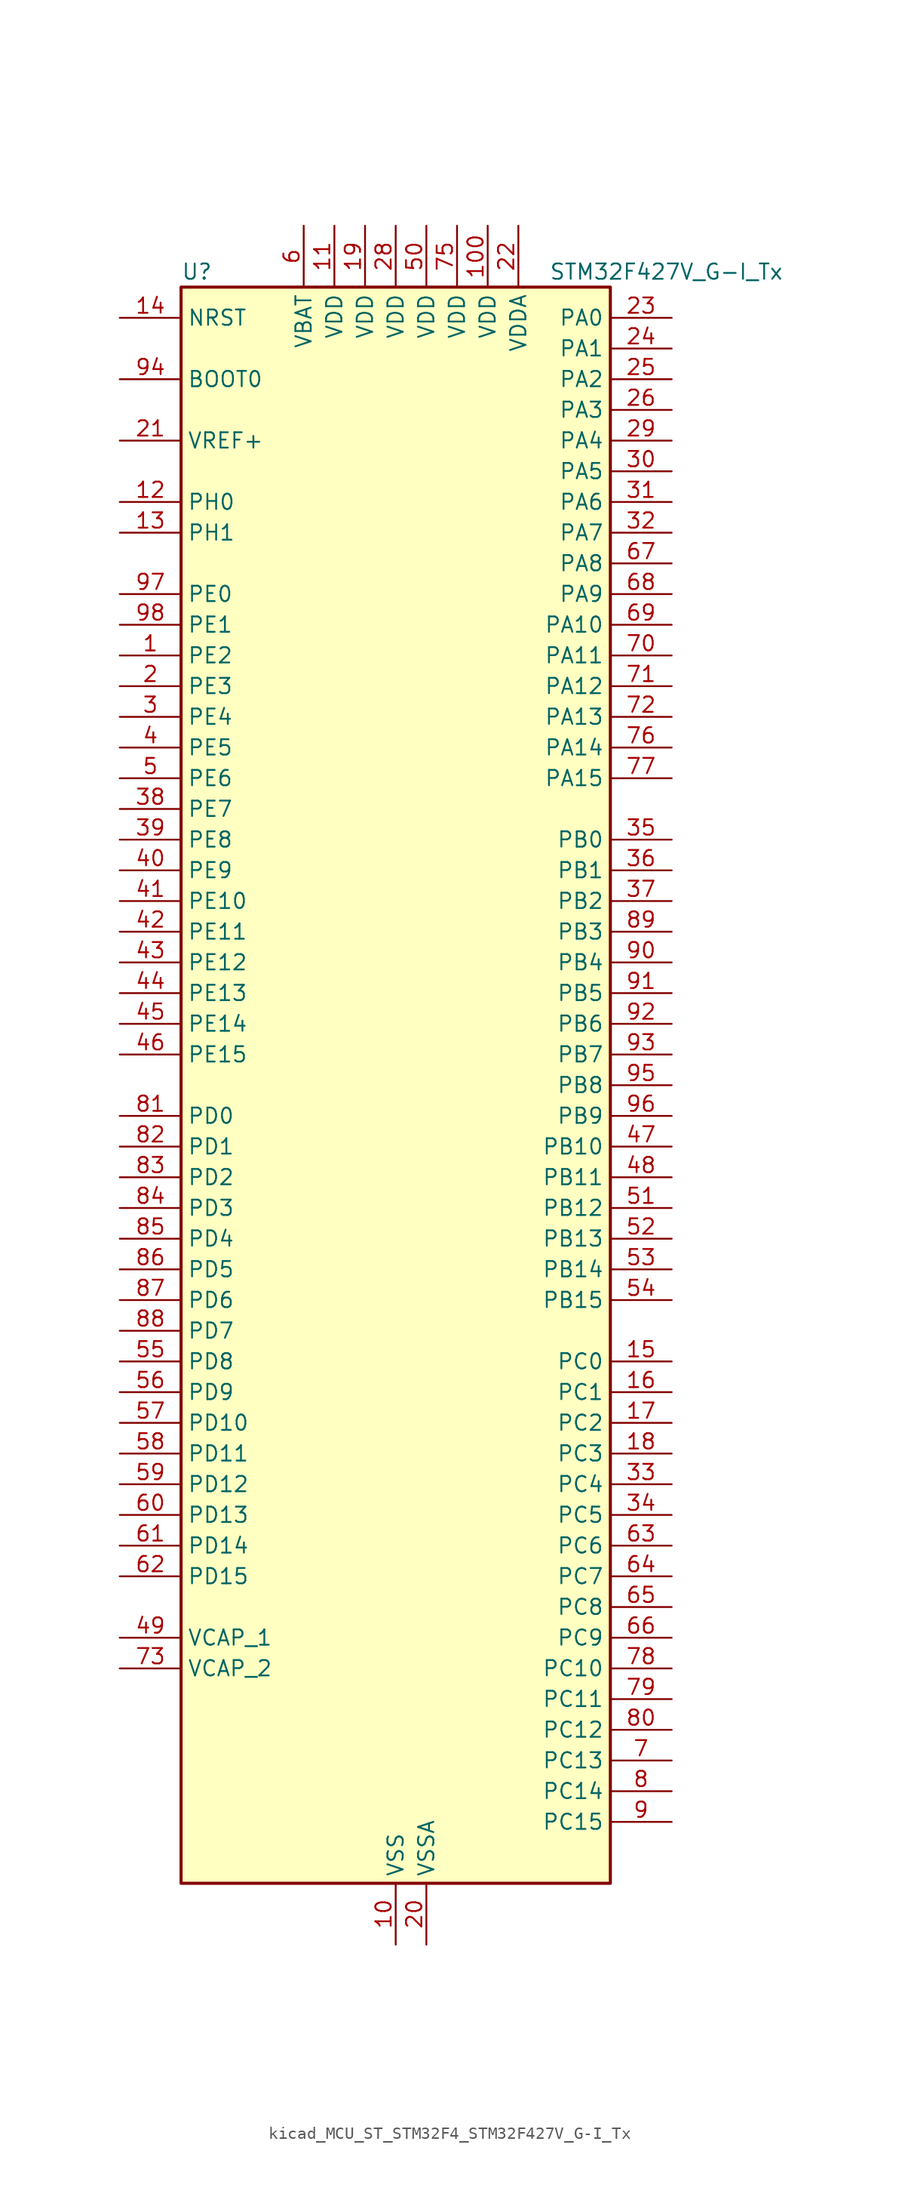
<source format=kicad_sym>
(kicad_symbol_lib
  (version 20220914)
  (generator kicad_symbol_editor)
  (symbol "kicad_MCU_ST_STM32F4_STM32F427V_G-I_Tx"
    (property "Reference" "U"
      (at -17.78 67.31 0)
      (effects (font (size 1.27 1.27)) (justify left)))
    (property "Value" "STM32F427V_G-I_Tx"
      (at 12.7 67.31 0)
      (effects (font (size 1.27 1.27)) (justify left)))
    (property "ki_locked" ""
      (at 0 0 0)
      (effects (font (size 1.27 1.27))))
    (symbol "kicad_MCU_ST_STM32F4_STM32F427V_G-I_Tx_0_1"
      (rectangle (start -17.78 -66.04) (end 17.78 66.04) (stroke (width 0.254) (type default)) (fill (type background))))
    (symbol "kicad_MCU_ST_STM32F4_STM32F427V_G-I_Tx_1_1"
      (pin bidirectional line (at -22.86 35.56 0) (length 5.08) (name "PE2" (effects (font (size 1.27 1.27)))) (number "1" (effects (font (size 1.27 1.27)))) (alternate "ETH_TXD3" bidirectional line) (alternate "FMC_A23" bidirectional line) (alternate "SAI1_MCLK_A" bidirectional line) (alternate "SPI4_SCK" bidirectional line) (alternate "SYS_TRACECLK" bidirectional line))
      (pin power_in line (at 0 -71.12 90) (length 5.08) (name "VSS" (effects (font (size 1.27 1.27)))) (number "10" (effects (font (size 1.27 1.27)))))
      (pin power_in line (at 7.62 71.12 270) (length 5.08) (name "VDD" (effects (font (size 1.27 1.27)))) (number "100" (effects (font (size 1.27 1.27)))))
      (pin power_in line (at -5.08 71.12 270) (length 5.08) (name "VDD" (effects (font (size 1.27 1.27)))) (number "11" (effects (font (size 1.27 1.27)))))
      (pin bidirectional line (at -22.86 48.26 0) (length 5.08) (name "PH0" (effects (font (size 1.27 1.27)))) (number "12" (effects (font (size 1.27 1.27)))) (alternate "RCC_OSC_IN" bidirectional line))
      (pin bidirectional line (at -22.86 45.72 0) (length 5.08) (name "PH1" (effects (font (size 1.27 1.27)))) (number "13" (effects (font (size 1.27 1.27)))) (alternate "RCC_OSC_OUT" bidirectional line))
      (pin input line (at -22.86 63.5 0) (length 5.08) (name "NRST" (effects (font (size 1.27 1.27)))) (number "14" (effects (font (size 1.27 1.27)))))
      (pin bidirectional line (at 22.86 -22.86 180) (length 5.08) (name "PC0" (effects (font (size 1.27 1.27)))) (number "15" (effects (font (size 1.27 1.27)))) (alternate "ADC1_IN10" bidirectional line) (alternate "ADC2_IN10" bidirectional line) (alternate "ADC3_IN10" bidirectional line) (alternate "FMC_SDNWE" bidirectional line) (alternate "USB_OTG_HS_ULPI_STP" bidirectional line))
      (pin bidirectional line (at 22.86 -25.4 180) (length 5.08) (name "PC1" (effects (font (size 1.27 1.27)))) (number "16" (effects (font (size 1.27 1.27)))) (alternate "ADC1_IN11" bidirectional line) (alternate "ADC2_IN11" bidirectional line) (alternate "ADC3_IN11" bidirectional line) (alternate "ETH_MDC" bidirectional line))
      (pin bidirectional line (at 22.86 -27.94 180) (length 5.08) (name "PC2" (effects (font (size 1.27 1.27)))) (number "17" (effects (font (size 1.27 1.27)))) (alternate "ADC1_IN12" bidirectional line) (alternate "ADC2_IN12" bidirectional line) (alternate "ADC3_IN12" bidirectional line) (alternate "ETH_TXD2" bidirectional line) (alternate "FMC_SDNE0" bidirectional line) (alternate "I2S2_ext_SD" bidirectional line) (alternate "SPI2_MISO" bidirectional line) (alternate "USB_OTG_HS_ULPI_DIR" bidirectional line))
      (pin bidirectional line (at 22.86 -30.48 180) (length 5.08) (name "PC3" (effects (font (size 1.27 1.27)))) (number "18" (effects (font (size 1.27 1.27)))) (alternate "ADC1_IN13" bidirectional line) (alternate "ADC2_IN13" bidirectional line) (alternate "ADC3_IN13" bidirectional line) (alternate "ETH_TX_CLK" bidirectional line) (alternate "FMC_SDCKE0" bidirectional line) (alternate "I2S2_SD" bidirectional line) (alternate "SPI2_MOSI" bidirectional line) (alternate "USB_OTG_HS_ULPI_NXT" bidirectional line))
      (pin power_in line (at -2.54 71.12 270) (length 5.08) (name "VDD" (effects (font (size 1.27 1.27)))) (number "19" (effects (font (size 1.27 1.27)))))
      (pin bidirectional line (at -22.86 33.02 0) (length 5.08) (name "PE3" (effects (font (size 1.27 1.27)))) (number "2" (effects (font (size 1.27 1.27)))) (alternate "FMC_A19" bidirectional line) (alternate "SAI1_SD_B" bidirectional line) (alternate "SYS_TRACED0" bidirectional line))
      (pin power_in line (at 2.54 -71.12 90) (length 5.08) (name "VSSA" (effects (font (size 1.27 1.27)))) (number "20" (effects (font (size 1.27 1.27)))))
      (pin input line (at -22.86 53.34 0) (length 5.08) (name "VREF+" (effects (font (size 1.27 1.27)))) (number "21" (effects (font (size 1.27 1.27)))))
      (pin power_in line (at 10.16 71.12 270) (length 5.08) (name "VDDA" (effects (font (size 1.27 1.27)))) (number "22" (effects (font (size 1.27 1.27)))))
      (pin bidirectional line (at 22.86 63.5 180) (length 5.08) (name "PA0" (effects (font (size 1.27 1.27)))) (number "23" (effects (font (size 1.27 1.27)))) (alternate "ADC1_IN0" bidirectional line) (alternate "ADC2_IN0" bidirectional line) (alternate "ADC3_IN0" bidirectional line) (alternate "ETH_CRS" bidirectional line) (alternate "SYS_WKUP" bidirectional line) (alternate "TIM2_CH1" bidirectional line) (alternate "TIM2_ETR" bidirectional line) (alternate "TIM5_CH1" bidirectional line) (alternate "TIM8_ETR" bidirectional line) (alternate "UART4_TX" bidirectional line) (alternate "USART2_CTS" bidirectional line))
      (pin bidirectional line (at 22.86 60.96 180) (length 5.08) (name "PA1" (effects (font (size 1.27 1.27)))) (number "24" (effects (font (size 1.27 1.27)))) (alternate "ADC1_IN1" bidirectional line) (alternate "ADC2_IN1" bidirectional line) (alternate "ADC3_IN1" bidirectional line) (alternate "ETH_REF_CLK" bidirectional line) (alternate "ETH_RX_CLK" bidirectional line) (alternate "TIM2_CH2" bidirectional line) (alternate "TIM5_CH2" bidirectional line) (alternate "UART4_RX" bidirectional line) (alternate "USART2_RTS" bidirectional line))
      (pin bidirectional line (at 22.86 58.42 180) (length 5.08) (name "PA2" (effects (font (size 1.27 1.27)))) (number "25" (effects (font (size 1.27 1.27)))) (alternate "ADC1_IN2" bidirectional line) (alternate "ADC2_IN2" bidirectional line) (alternate "ADC3_IN2" bidirectional line) (alternate "ETH_MDIO" bidirectional line) (alternate "TIM2_CH3" bidirectional line) (alternate "TIM5_CH3" bidirectional line) (alternate "TIM9_CH1" bidirectional line) (alternate "USART2_TX" bidirectional line))
      (pin bidirectional line (at 22.86 55.88 180) (length 5.08) (name "PA3" (effects (font (size 1.27 1.27)))) (number "26" (effects (font (size 1.27 1.27)))) (alternate "ADC1_IN3" bidirectional line) (alternate "ADC2_IN3" bidirectional line) (alternate "ADC3_IN3" bidirectional line) (alternate "ETH_COL" bidirectional line) (alternate "TIM2_CH4" bidirectional line) (alternate "TIM5_CH4" bidirectional line) (alternate "TIM9_CH2" bidirectional line) (alternate "USART2_RX" bidirectional line) (alternate "USB_OTG_HS_ULPI_D0" bidirectional line))
      (pin passive line (at 0 -71.12 90) (length 5.08) hide (name "VSS" (effects (font (size 1.27 1.27)))) (number "27" (effects (font (size 1.27 1.27)))))
      (pin power_in line (at 0 71.12 270) (length 5.08) (name "VDD" (effects (font (size 1.27 1.27)))) (number "28" (effects (font (size 1.27 1.27)))))
      (pin bidirectional line (at 22.86 53.34 180) (length 5.08) (name "PA4" (effects (font (size 1.27 1.27)))) (number "29" (effects (font (size 1.27 1.27)))) (alternate "ADC1_IN4" bidirectional line) (alternate "ADC2_IN4" bidirectional line) (alternate "DAC_OUT1" bidirectional line) (alternate "DCMI_HSYNC" bidirectional line) (alternate "I2S3_WS" bidirectional line) (alternate "SPI1_NSS" bidirectional line) (alternate "SPI3_NSS" bidirectional line) (alternate "USART2_CK" bidirectional line) (alternate "USB_OTG_HS_SOF" bidirectional line))
      (pin bidirectional line (at -22.86 30.48 0) (length 5.08) (name "PE4" (effects (font (size 1.27 1.27)))) (number "3" (effects (font (size 1.27 1.27)))) (alternate "DCMI_D4" bidirectional line) (alternate "FMC_A20" bidirectional line) (alternate "SAI1_FS_A" bidirectional line) (alternate "SPI4_NSS" bidirectional line) (alternate "SYS_TRACED1" bidirectional line))
      (pin bidirectional line (at 22.86 50.8 180) (length 5.08) (name "PA5" (effects (font (size 1.27 1.27)))) (number "30" (effects (font (size 1.27 1.27)))) (alternate "ADC1_IN5" bidirectional line) (alternate "ADC2_IN5" bidirectional line) (alternate "DAC_OUT2" bidirectional line) (alternate "SPI1_SCK" bidirectional line) (alternate "TIM2_CH1" bidirectional line) (alternate "TIM2_ETR" bidirectional line) (alternate "TIM8_CH1N" bidirectional line) (alternate "USB_OTG_HS_ULPI_CK" bidirectional line))
      (pin bidirectional line (at 22.86 48.26 180) (length 5.08) (name "PA6" (effects (font (size 1.27 1.27)))) (number "31" (effects (font (size 1.27 1.27)))) (alternate "ADC1_IN6" bidirectional line) (alternate "ADC2_IN6" bidirectional line) (alternate "DCMI_PIXCLK" bidirectional line) (alternate "SPI1_MISO" bidirectional line) (alternate "TIM13_CH1" bidirectional line) (alternate "TIM1_BKIN" bidirectional line) (alternate "TIM3_CH1" bidirectional line) (alternate "TIM8_BKIN" bidirectional line))
      (pin bidirectional line (at 22.86 45.72 180) (length 5.08) (name "PA7" (effects (font (size 1.27 1.27)))) (number "32" (effects (font (size 1.27 1.27)))) (alternate "ADC1_IN7" bidirectional line) (alternate "ADC2_IN7" bidirectional line) (alternate "ETH_CRS_DV" bidirectional line) (alternate "ETH_RX_DV" bidirectional line) (alternate "SPI1_MOSI" bidirectional line) (alternate "TIM14_CH1" bidirectional line) (alternate "TIM1_CH1N" bidirectional line) (alternate "TIM3_CH2" bidirectional line) (alternate "TIM8_CH1N" bidirectional line))
      (pin bidirectional line (at 22.86 -33.02 180) (length 5.08) (name "PC4" (effects (font (size 1.27 1.27)))) (number "33" (effects (font (size 1.27 1.27)))) (alternate "ADC1_IN14" bidirectional line) (alternate "ADC2_IN14" bidirectional line) (alternate "ETH_RXD0" bidirectional line))
      (pin bidirectional line (at 22.86 -35.56 180) (length 5.08) (name "PC5" (effects (font (size 1.27 1.27)))) (number "34" (effects (font (size 1.27 1.27)))) (alternate "ADC1_IN15" bidirectional line) (alternate "ADC2_IN15" bidirectional line) (alternate "ETH_RXD1" bidirectional line))
      (pin bidirectional line (at 22.86 20.32 180) (length 5.08) (name "PB0" (effects (font (size 1.27 1.27)))) (number "35" (effects (font (size 1.27 1.27)))) (alternate "ADC1_IN8" bidirectional line) (alternate "ADC2_IN8" bidirectional line) (alternate "ETH_RXD2" bidirectional line) (alternate "TIM1_CH2N" bidirectional line) (alternate "TIM3_CH3" bidirectional line) (alternate "TIM8_CH2N" bidirectional line) (alternate "USB_OTG_HS_ULPI_D1" bidirectional line))
      (pin bidirectional line (at 22.86 17.78 180) (length 5.08) (name "PB1" (effects (font (size 1.27 1.27)))) (number "36" (effects (font (size 1.27 1.27)))) (alternate "ADC1_IN9" bidirectional line) (alternate "ADC2_IN9" bidirectional line) (alternate "ETH_RXD3" bidirectional line) (alternate "TIM1_CH3N" bidirectional line) (alternate "TIM3_CH4" bidirectional line) (alternate "TIM8_CH3N" bidirectional line) (alternate "USB_OTG_HS_ULPI_D2" bidirectional line))
      (pin bidirectional line (at 22.86 15.24 180) (length 5.08) (name "PB2" (effects (font (size 1.27 1.27)))) (number "37" (effects (font (size 1.27 1.27)))))
      (pin bidirectional line (at -22.86 22.86 0) (length 5.08) (name "PE7" (effects (font (size 1.27 1.27)))) (number "38" (effects (font (size 1.27 1.27)))) (alternate "FMC_D4" bidirectional line) (alternate "FMC_DA4" bidirectional line) (alternate "TIM1_ETR" bidirectional line) (alternate "UART7_RX" bidirectional line))
      (pin bidirectional line (at -22.86 20.32 0) (length 5.08) (name "PE8" (effects (font (size 1.27 1.27)))) (number "39" (effects (font (size 1.27 1.27)))) (alternate "FMC_D5" bidirectional line) (alternate "FMC_DA5" bidirectional line) (alternate "TIM1_CH1N" bidirectional line) (alternate "UART7_TX" bidirectional line))
      (pin bidirectional line (at -22.86 27.94 0) (length 5.08) (name "PE5" (effects (font (size 1.27 1.27)))) (number "4" (effects (font (size 1.27 1.27)))) (alternate "DCMI_D6" bidirectional line) (alternate "FMC_A21" bidirectional line) (alternate "SAI1_SCK_A" bidirectional line) (alternate "SPI4_MISO" bidirectional line) (alternate "SYS_TRACED2" bidirectional line) (alternate "TIM9_CH1" bidirectional line))
      (pin bidirectional line (at -22.86 17.78 0) (length 5.08) (name "PE9" (effects (font (size 1.27 1.27)))) (number "40" (effects (font (size 1.27 1.27)))) (alternate "DAC_EXTI9" bidirectional line) (alternate "FMC_D6" bidirectional line) (alternate "FMC_DA6" bidirectional line) (alternate "TIM1_CH1" bidirectional line))
      (pin bidirectional line (at -22.86 15.24 0) (length 5.08) (name "PE10" (effects (font (size 1.27 1.27)))) (number "41" (effects (font (size 1.27 1.27)))) (alternate "FMC_D7" bidirectional line) (alternate "FMC_DA7" bidirectional line) (alternate "TIM1_CH2N" bidirectional line))
      (pin bidirectional line (at -22.86 12.7 0) (length 5.08) (name "PE11" (effects (font (size 1.27 1.27)))) (number "42" (effects (font (size 1.27 1.27)))) (alternate "ADC1_EXTI11" bidirectional line) (alternate "ADC2_EXTI11" bidirectional line) (alternate "ADC3_EXTI11" bidirectional line) (alternate "FMC_D8" bidirectional line) (alternate "FMC_DA8" bidirectional line) (alternate "SPI4_NSS" bidirectional line) (alternate "TIM1_CH2" bidirectional line))
      (pin bidirectional line (at -22.86 10.16 0) (length 5.08) (name "PE12" (effects (font (size 1.27 1.27)))) (number "43" (effects (font (size 1.27 1.27)))) (alternate "FMC_D9" bidirectional line) (alternate "FMC_DA9" bidirectional line) (alternate "SPI4_SCK" bidirectional line) (alternate "TIM1_CH3N" bidirectional line))
      (pin bidirectional line (at -22.86 7.62 0) (length 5.08) (name "PE13" (effects (font (size 1.27 1.27)))) (number "44" (effects (font (size 1.27 1.27)))) (alternate "FMC_D10" bidirectional line) (alternate "FMC_DA10" bidirectional line) (alternate "SPI4_MISO" bidirectional line) (alternate "TIM1_CH3" bidirectional line))
      (pin bidirectional line (at -22.86 5.08 0) (length 5.08) (name "PE14" (effects (font (size 1.27 1.27)))) (number "45" (effects (font (size 1.27 1.27)))) (alternate "FMC_D11" bidirectional line) (alternate "FMC_DA11" bidirectional line) (alternate "SPI4_MOSI" bidirectional line) (alternate "TIM1_CH4" bidirectional line))
      (pin bidirectional line (at -22.86 2.54 0) (length 5.08) (name "PE15" (effects (font (size 1.27 1.27)))) (number "46" (effects (font (size 1.27 1.27)))) (alternate "ADC1_EXTI15" bidirectional line) (alternate "ADC2_EXTI15" bidirectional line) (alternate "ADC3_EXTI15" bidirectional line) (alternate "FMC_D12" bidirectional line) (alternate "FMC_DA12" bidirectional line) (alternate "TIM1_BKIN" bidirectional line))
      (pin bidirectional line (at 22.86 -5.08 180) (length 5.08) (name "PB10" (effects (font (size 1.27 1.27)))) (number "47" (effects (font (size 1.27 1.27)))) (alternate "ETH_RX_ER" bidirectional line) (alternate "I2C2_SCL" bidirectional line) (alternate "I2S2_CK" bidirectional line) (alternate "SPI2_SCK" bidirectional line) (alternate "TIM2_CH3" bidirectional line) (alternate "USART3_TX" bidirectional line) (alternate "USB_OTG_HS_ULPI_D3" bidirectional line))
      (pin bidirectional line (at 22.86 -7.62 180) (length 5.08) (name "PB11" (effects (font (size 1.27 1.27)))) (number "48" (effects (font (size 1.27 1.27)))) (alternate "ADC1_EXTI11" bidirectional line) (alternate "ADC2_EXTI11" bidirectional line) (alternate "ADC3_EXTI11" bidirectional line) (alternate "ETH_TX_EN" bidirectional line) (alternate "I2C2_SDA" bidirectional line) (alternate "TIM2_CH4" bidirectional line) (alternate "USART3_RX" bidirectional line) (alternate "USB_OTG_HS_ULPI_D4" bidirectional line))
      (pin power_out line (at -22.86 -45.72 0) (length 5.08) (name "VCAP_1" (effects (font (size 1.27 1.27)))) (number "49" (effects (font (size 1.27 1.27)))))
      (pin bidirectional line (at -22.86 25.4 0) (length 5.08) (name "PE6" (effects (font (size 1.27 1.27)))) (number "5" (effects (font (size 1.27 1.27)))) (alternate "DCMI_D7" bidirectional line) (alternate "FMC_A22" bidirectional line) (alternate "SAI1_SD_A" bidirectional line) (alternate "SPI4_MOSI" bidirectional line) (alternate "SYS_TRACED3" bidirectional line) (alternate "TIM9_CH2" bidirectional line))
      (pin power_in line (at 2.54 71.12 270) (length 5.08) (name "VDD" (effects (font (size 1.27 1.27)))) (number "50" (effects (font (size 1.27 1.27)))))
      (pin bidirectional line (at 22.86 -10.16 180) (length 5.08) (name "PB12" (effects (font (size 1.27 1.27)))) (number "51" (effects (font (size 1.27 1.27)))) (alternate "CAN2_RX" bidirectional line) (alternate "ETH_TXD0" bidirectional line) (alternate "I2C2_SMBA" bidirectional line) (alternate "I2S2_WS" bidirectional line) (alternate "SPI2_NSS" bidirectional line) (alternate "TIM1_BKIN" bidirectional line) (alternate "USART3_CK" bidirectional line) (alternate "USB_OTG_HS_ID" bidirectional line) (alternate "USB_OTG_HS_ULPI_D5" bidirectional line))
      (pin bidirectional line (at 22.86 -12.7 180) (length 5.08) (name "PB13" (effects (font (size 1.27 1.27)))) (number "52" (effects (font (size 1.27 1.27)))) (alternate "CAN2_TX" bidirectional line) (alternate "ETH_TXD1" bidirectional line) (alternate "I2S2_CK" bidirectional line) (alternate "SPI2_SCK" bidirectional line) (alternate "TIM1_CH1N" bidirectional line) (alternate "USART3_CTS" bidirectional line) (alternate "USB_OTG_HS_ULPI_D6" bidirectional line) (alternate "USB_OTG_HS_VBUS" bidirectional line))
      (pin bidirectional line (at 22.86 -15.24 180) (length 5.08) (name "PB14" (effects (font (size 1.27 1.27)))) (number "53" (effects (font (size 1.27 1.27)))) (alternate "I2S2_ext_SD" bidirectional line) (alternate "SPI2_MISO" bidirectional line) (alternate "TIM12_CH1" bidirectional line) (alternate "TIM1_CH2N" bidirectional line) (alternate "TIM8_CH2N" bidirectional line) (alternate "USART3_RTS" bidirectional line) (alternate "USB_OTG_HS_DM" bidirectional line))
      (pin bidirectional line (at 22.86 -17.78 180) (length 5.08) (name "PB15" (effects (font (size 1.27 1.27)))) (number "54" (effects (font (size 1.27 1.27)))) (alternate "ADC1_EXTI15" bidirectional line) (alternate "ADC2_EXTI15" bidirectional line) (alternate "ADC3_EXTI15" bidirectional line) (alternate "I2S2_SD" bidirectional line) (alternate "RTC_REFIN" bidirectional line) (alternate "SPI2_MOSI" bidirectional line) (alternate "TIM12_CH2" bidirectional line) (alternate "TIM1_CH3N" bidirectional line) (alternate "TIM8_CH3N" bidirectional line) (alternate "USB_OTG_HS_DP" bidirectional line))
      (pin bidirectional line (at -22.86 -22.86 0) (length 5.08) (name "PD8" (effects (font (size 1.27 1.27)))) (number "55" (effects (font (size 1.27 1.27)))) (alternate "FMC_D13" bidirectional line) (alternate "FMC_DA13" bidirectional line) (alternate "USART3_TX" bidirectional line))
      (pin bidirectional line (at -22.86 -25.4 0) (length 5.08) (name "PD9" (effects (font (size 1.27 1.27)))) (number "56" (effects (font (size 1.27 1.27)))) (alternate "DAC_EXTI9" bidirectional line) (alternate "FMC_D14" bidirectional line) (alternate "FMC_DA14" bidirectional line) (alternate "USART3_RX" bidirectional line))
      (pin bidirectional line (at -22.86 -27.94 0) (length 5.08) (name "PD10" (effects (font (size 1.27 1.27)))) (number "57" (effects (font (size 1.27 1.27)))) (alternate "FMC_D15" bidirectional line) (alternate "FMC_DA15" bidirectional line) (alternate "USART3_CK" bidirectional line))
      (pin bidirectional line (at -22.86 -30.48 0) (length 5.08) (name "PD11" (effects (font (size 1.27 1.27)))) (number "58" (effects (font (size 1.27 1.27)))) (alternate "ADC1_EXTI11" bidirectional line) (alternate "ADC2_EXTI11" bidirectional line) (alternate "ADC3_EXTI11" bidirectional line) (alternate "FMC_A16" bidirectional line) (alternate "FMC_CLE" bidirectional line) (alternate "USART3_CTS" bidirectional line))
      (pin bidirectional line (at -22.86 -33.02 0) (length 5.08) (name "PD12" (effects (font (size 1.27 1.27)))) (number "59" (effects (font (size 1.27 1.27)))) (alternate "FMC_A17" bidirectional line) (alternate "FMC_ALE" bidirectional line) (alternate "TIM4_CH1" bidirectional line) (alternate "USART3_RTS" bidirectional line))
      (pin power_in line (at -7.62 71.12 270) (length 5.08) (name "VBAT" (effects (font (size 1.27 1.27)))) (number "6" (effects (font (size 1.27 1.27)))))
      (pin bidirectional line (at -22.86 -35.56 0) (length 5.08) (name "PD13" (effects (font (size 1.27 1.27)))) (number "60" (effects (font (size 1.27 1.27)))) (alternate "FMC_A18" bidirectional line) (alternate "TIM4_CH2" bidirectional line))
      (pin bidirectional line (at -22.86 -38.1 0) (length 5.08) (name "PD14" (effects (font (size 1.27 1.27)))) (number "61" (effects (font (size 1.27 1.27)))) (alternate "FMC_D0" bidirectional line) (alternate "FMC_DA0" bidirectional line) (alternate "TIM4_CH3" bidirectional line))
      (pin bidirectional line (at -22.86 -40.64 0) (length 5.08) (name "PD15" (effects (font (size 1.27 1.27)))) (number "62" (effects (font (size 1.27 1.27)))) (alternate "ADC1_EXTI15" bidirectional line) (alternate "ADC2_EXTI15" bidirectional line) (alternate "ADC3_EXTI15" bidirectional line) (alternate "FMC_D1" bidirectional line) (alternate "FMC_DA1" bidirectional line) (alternate "TIM4_CH4" bidirectional line))
      (pin bidirectional line (at 22.86 -38.1 180) (length 5.08) (name "PC6" (effects (font (size 1.27 1.27)))) (number "63" (effects (font (size 1.27 1.27)))) (alternate "DCMI_D0" bidirectional line) (alternate "I2S2_MCK" bidirectional line) (alternate "SDIO_D6" bidirectional line) (alternate "TIM3_CH1" bidirectional line) (alternate "TIM8_CH1" bidirectional line) (alternate "USART6_TX" bidirectional line))
      (pin bidirectional line (at 22.86 -40.64 180) (length 5.08) (name "PC7" (effects (font (size 1.27 1.27)))) (number "64" (effects (font (size 1.27 1.27)))) (alternate "DCMI_D1" bidirectional line) (alternate "I2S3_MCK" bidirectional line) (alternate "SDIO_D7" bidirectional line) (alternate "TIM3_CH2" bidirectional line) (alternate "TIM8_CH2" bidirectional line) (alternate "USART6_RX" bidirectional line))
      (pin bidirectional line (at 22.86 -43.18 180) (length 5.08) (name "PC8" (effects (font (size 1.27 1.27)))) (number "65" (effects (font (size 1.27 1.27)))) (alternate "DCMI_D2" bidirectional line) (alternate "SDIO_D0" bidirectional line) (alternate "TIM3_CH3" bidirectional line) (alternate "TIM8_CH3" bidirectional line) (alternate "USART6_CK" bidirectional line))
      (pin bidirectional line (at 22.86 -45.72 180) (length 5.08) (name "PC9" (effects (font (size 1.27 1.27)))) (number "66" (effects (font (size 1.27 1.27)))) (alternate "DAC_EXTI9" bidirectional line) (alternate "DCMI_D3" bidirectional line) (alternate "I2C3_SDA" bidirectional line) (alternate "I2S_CKIN" bidirectional line) (alternate "RCC_MCO_2" bidirectional line) (alternate "SDIO_D1" bidirectional line) (alternate "TIM3_CH4" bidirectional line) (alternate "TIM8_CH4" bidirectional line))
      (pin bidirectional line (at 22.86 43.18 180) (length 5.08) (name "PA8" (effects (font (size 1.27 1.27)))) (number "67" (effects (font (size 1.27 1.27)))) (alternate "I2C3_SCL" bidirectional line) (alternate "RCC_MCO_1" bidirectional line) (alternate "TIM1_CH1" bidirectional line) (alternate "USART1_CK" bidirectional line) (alternate "USB_OTG_FS_SOF" bidirectional line))
      (pin bidirectional line (at 22.86 40.64 180) (length 5.08) (name "PA9" (effects (font (size 1.27 1.27)))) (number "68" (effects (font (size 1.27 1.27)))) (alternate "DAC_EXTI9" bidirectional line) (alternate "DCMI_D0" bidirectional line) (alternate "I2C3_SMBA" bidirectional line) (alternate "TIM1_CH2" bidirectional line) (alternate "USART1_TX" bidirectional line) (alternate "USB_OTG_FS_VBUS" bidirectional line))
      (pin bidirectional line (at 22.86 38.1 180) (length 5.08) (name "PA10" (effects (font (size 1.27 1.27)))) (number "69" (effects (font (size 1.27 1.27)))) (alternate "DCMI_D1" bidirectional line) (alternate "TIM1_CH3" bidirectional line) (alternate "USART1_RX" bidirectional line) (alternate "USB_OTG_FS_ID" bidirectional line))
      (pin bidirectional line (at 22.86 -55.88 180) (length 5.08) (name "PC13" (effects (font (size 1.27 1.27)))) (number "7" (effects (font (size 1.27 1.27)))) (alternate "RTC_AF1" bidirectional line))
      (pin bidirectional line (at 22.86 35.56 180) (length 5.08) (name "PA11" (effects (font (size 1.27 1.27)))) (number "70" (effects (font (size 1.27 1.27)))) (alternate "ADC1_EXTI11" bidirectional line) (alternate "ADC2_EXTI11" bidirectional line) (alternate "ADC3_EXTI11" bidirectional line) (alternate "CAN1_RX" bidirectional line) (alternate "TIM1_CH4" bidirectional line) (alternate "USART1_CTS" bidirectional line) (alternate "USB_OTG_FS_DM" bidirectional line))
      (pin bidirectional line (at 22.86 33.02 180) (length 5.08) (name "PA12" (effects (font (size 1.27 1.27)))) (number "71" (effects (font (size 1.27 1.27)))) (alternate "CAN1_TX" bidirectional line) (alternate "TIM1_ETR" bidirectional line) (alternate "USART1_RTS" bidirectional line) (alternate "USB_OTG_FS_DP" bidirectional line))
      (pin bidirectional line (at 22.86 30.48 180) (length 5.08) (name "PA13" (effects (font (size 1.27 1.27)))) (number "72" (effects (font (size 1.27 1.27)))) (alternate "SYS_JTMS-SWDIO" bidirectional line))
      (pin power_out line (at -22.86 -48.26 0) (length 5.08) (name "VCAP_2" (effects (font (size 1.27 1.27)))) (number "73" (effects (font (size 1.27 1.27)))))
      (pin passive line (at 0 -71.12 90) (length 5.08) hide (name "VSS" (effects (font (size 1.27 1.27)))) (number "74" (effects (font (size 1.27 1.27)))))
      (pin power_in line (at 5.08 71.12 270) (length 5.08) (name "VDD" (effects (font (size 1.27 1.27)))) (number "75" (effects (font (size 1.27 1.27)))))
      (pin bidirectional line (at 22.86 27.94 180) (length 5.08) (name "PA14" (effects (font (size 1.27 1.27)))) (number "76" (effects (font (size 1.27 1.27)))) (alternate "SYS_JTCK-SWCLK" bidirectional line))
      (pin bidirectional line (at 22.86 25.4 180) (length 5.08) (name "PA15" (effects (font (size 1.27 1.27)))) (number "77" (effects (font (size 1.27 1.27)))) (alternate "ADC1_EXTI15" bidirectional line) (alternate "ADC2_EXTI15" bidirectional line) (alternate "ADC3_EXTI15" bidirectional line) (alternate "I2S3_WS" bidirectional line) (alternate "SPI1_NSS" bidirectional line) (alternate "SPI3_NSS" bidirectional line) (alternate "SYS_JTDI" bidirectional line) (alternate "TIM2_CH1" bidirectional line) (alternate "TIM2_ETR" bidirectional line))
      (pin bidirectional line (at 22.86 -48.26 180) (length 5.08) (name "PC10" (effects (font (size 1.27 1.27)))) (number "78" (effects (font (size 1.27 1.27)))) (alternate "DCMI_D8" bidirectional line) (alternate "I2S3_CK" bidirectional line) (alternate "SDIO_D2" bidirectional line) (alternate "SPI3_SCK" bidirectional line) (alternate "UART4_TX" bidirectional line) (alternate "USART3_TX" bidirectional line))
      (pin bidirectional line (at 22.86 -50.8 180) (length 5.08) (name "PC11" (effects (font (size 1.27 1.27)))) (number "79" (effects (font (size 1.27 1.27)))) (alternate "ADC1_EXTI11" bidirectional line) (alternate "ADC2_EXTI11" bidirectional line) (alternate "ADC3_EXTI11" bidirectional line) (alternate "DCMI_D4" bidirectional line) (alternate "I2S3_ext_SD" bidirectional line) (alternate "SDIO_D3" bidirectional line) (alternate "SPI3_MISO" bidirectional line) (alternate "UART4_RX" bidirectional line) (alternate "USART3_RX" bidirectional line))
      (pin bidirectional line (at 22.86 -58.42 180) (length 5.08) (name "PC14" (effects (font (size 1.27 1.27)))) (number "8" (effects (font (size 1.27 1.27)))) (alternate "RCC_OSC32_IN" bidirectional line))
      (pin bidirectional line (at 22.86 -53.34 180) (length 5.08) (name "PC12" (effects (font (size 1.27 1.27)))) (number "80" (effects (font (size 1.27 1.27)))) (alternate "DCMI_D9" bidirectional line) (alternate "I2S3_SD" bidirectional line) (alternate "SDIO_CK" bidirectional line) (alternate "SPI3_MOSI" bidirectional line) (alternate "UART5_TX" bidirectional line) (alternate "USART3_CK" bidirectional line))
      (pin bidirectional line (at -22.86 -2.54 0) (length 5.08) (name "PD0" (effects (font (size 1.27 1.27)))) (number "81" (effects (font (size 1.27 1.27)))) (alternate "CAN1_RX" bidirectional line) (alternate "FMC_D2" bidirectional line) (alternate "FMC_DA2" bidirectional line))
      (pin bidirectional line (at -22.86 -5.08 0) (length 5.08) (name "PD1" (effects (font (size 1.27 1.27)))) (number "82" (effects (font (size 1.27 1.27)))) (alternate "CAN1_TX" bidirectional line) (alternate "FMC_D3" bidirectional line) (alternate "FMC_DA3" bidirectional line))
      (pin bidirectional line (at -22.86 -7.62 0) (length 5.08) (name "PD2" (effects (font (size 1.27 1.27)))) (number "83" (effects (font (size 1.27 1.27)))) (alternate "DCMI_D11" bidirectional line) (alternate "SDIO_CMD" bidirectional line) (alternate "TIM3_ETR" bidirectional line) (alternate "UART5_RX" bidirectional line))
      (pin bidirectional line (at -22.86 -10.16 0) (length 5.08) (name "PD3" (effects (font (size 1.27 1.27)))) (number "84" (effects (font (size 1.27 1.27)))) (alternate "DCMI_D5" bidirectional line) (alternate "FMC_CLK" bidirectional line) (alternate "I2S2_CK" bidirectional line) (alternate "SPI2_SCK" bidirectional line) (alternate "USART2_CTS" bidirectional line))
      (pin bidirectional line (at -22.86 -12.7 0) (length 5.08) (name "PD4" (effects (font (size 1.27 1.27)))) (number "85" (effects (font (size 1.27 1.27)))) (alternate "FMC_NOE" bidirectional line) (alternate "USART2_RTS" bidirectional line))
      (pin bidirectional line (at -22.86 -15.24 0) (length 5.08) (name "PD5" (effects (font (size 1.27 1.27)))) (number "86" (effects (font (size 1.27 1.27)))) (alternate "FMC_NWE" bidirectional line) (alternate "USART2_TX" bidirectional line))
      (pin bidirectional line (at -22.86 -17.78 0) (length 5.08) (name "PD6" (effects (font (size 1.27 1.27)))) (number "87" (effects (font (size 1.27 1.27)))) (alternate "DCMI_D10" bidirectional line) (alternate "FMC_NWAIT" bidirectional line) (alternate "I2S3_SD" bidirectional line) (alternate "SAI1_SD_A" bidirectional line) (alternate "SPI3_MOSI" bidirectional line) (alternate "USART2_RX" bidirectional line))
      (pin bidirectional line (at -22.86 -20.32 0) (length 5.08) (name "PD7" (effects (font (size 1.27 1.27)))) (number "88" (effects (font (size 1.27 1.27)))) (alternate "FMC_NCE2" bidirectional line) (alternate "FMC_NE1" bidirectional line) (alternate "USART2_CK" bidirectional line))
      (pin bidirectional line (at 22.86 12.7 180) (length 5.08) (name "PB3" (effects (font (size 1.27 1.27)))) (number "89" (effects (font (size 1.27 1.27)))) (alternate "I2S3_CK" bidirectional line) (alternate "SPI1_SCK" bidirectional line) (alternate "SPI3_SCK" bidirectional line) (alternate "SYS_JTDO-SWO" bidirectional line) (alternate "TIM2_CH2" bidirectional line))
      (pin bidirectional line (at 22.86 -60.96 180) (length 5.08) (name "PC15" (effects (font (size 1.27 1.27)))) (number "9" (effects (font (size 1.27 1.27)))) (alternate "ADC1_EXTI15" bidirectional line) (alternate "ADC2_EXTI15" bidirectional line) (alternate "ADC3_EXTI15" bidirectional line) (alternate "RCC_OSC32_OUT" bidirectional line))
      (pin bidirectional line (at 22.86 10.16 180) (length 5.08) (name "PB4" (effects (font (size 1.27 1.27)))) (number "90" (effects (font (size 1.27 1.27)))) (alternate "I2S3_ext_SD" bidirectional line) (alternate "SPI1_MISO" bidirectional line) (alternate "SPI3_MISO" bidirectional line) (alternate "SYS_JTRST" bidirectional line) (alternate "TIM3_CH1" bidirectional line))
      (pin bidirectional line (at 22.86 7.62 180) (length 5.08) (name "PB5" (effects (font (size 1.27 1.27)))) (number "91" (effects (font (size 1.27 1.27)))) (alternate "CAN2_RX" bidirectional line) (alternate "DCMI_D10" bidirectional line) (alternate "ETH_PPS_OUT" bidirectional line) (alternate "FMC_SDCKE1" bidirectional line) (alternate "I2C1_SMBA" bidirectional line) (alternate "I2S3_SD" bidirectional line) (alternate "SPI1_MOSI" bidirectional line) (alternate "SPI3_MOSI" bidirectional line) (alternate "TIM3_CH2" bidirectional line) (alternate "USB_OTG_HS_ULPI_D7" bidirectional line))
      (pin bidirectional line (at 22.86 5.08 180) (length 5.08) (name "PB6" (effects (font (size 1.27 1.27)))) (number "92" (effects (font (size 1.27 1.27)))) (alternate "CAN2_TX" bidirectional line) (alternate "DCMI_D5" bidirectional line) (alternate "FMC_SDNE1" bidirectional line) (alternate "I2C1_SCL" bidirectional line) (alternate "TIM4_CH1" bidirectional line) (alternate "USART1_TX" bidirectional line))
      (pin bidirectional line (at 22.86 2.54 180) (length 5.08) (name "PB7" (effects (font (size 1.27 1.27)))) (number "93" (effects (font (size 1.27 1.27)))) (alternate "DCMI_VSYNC" bidirectional line) (alternate "FMC_NL" bidirectional line) (alternate "I2C1_SDA" bidirectional line) (alternate "TIM4_CH2" bidirectional line) (alternate "USART1_RX" bidirectional line))
      (pin input line (at -22.86 58.42 0) (length 5.08) (name "BOOT0" (effects (font (size 1.27 1.27)))) (number "94" (effects (font (size 1.27 1.27)))))
      (pin bidirectional line (at 22.86 0 180) (length 5.08) (name "PB8" (effects (font (size 1.27 1.27)))) (number "95" (effects (font (size 1.27 1.27)))) (alternate "CAN1_RX" bidirectional line) (alternate "DCMI_D6" bidirectional line) (alternate "ETH_TXD3" bidirectional line) (alternate "I2C1_SCL" bidirectional line) (alternate "SDIO_D4" bidirectional line) (alternate "TIM10_CH1" bidirectional line) (alternate "TIM4_CH3" bidirectional line))
      (pin bidirectional line (at 22.86 -2.54 180) (length 5.08) (name "PB9" (effects (font (size 1.27 1.27)))) (number "96" (effects (font (size 1.27 1.27)))) (alternate "CAN1_TX" bidirectional line) (alternate "DAC_EXTI9" bidirectional line) (alternate "DCMI_D7" bidirectional line) (alternate "I2C1_SDA" bidirectional line) (alternate "I2S2_WS" bidirectional line) (alternate "SDIO_D5" bidirectional line) (alternate "SPI2_NSS" bidirectional line) (alternate "TIM11_CH1" bidirectional line) (alternate "TIM4_CH4" bidirectional line))
      (pin bidirectional line (at -22.86 40.64 0) (length 5.08) (name "PE0" (effects (font (size 1.27 1.27)))) (number "97" (effects (font (size 1.27 1.27)))) (alternate "DCMI_D2" bidirectional line) (alternate "FMC_NBL0" bidirectional line) (alternate "TIM4_ETR" bidirectional line) (alternate "UART8_RX" bidirectional line))
      (pin bidirectional line (at -22.86 38.1 0) (length 5.08) (name "PE1" (effects (font (size 1.27 1.27)))) (number "98" (effects (font (size 1.27 1.27)))) (alternate "DCMI_D3" bidirectional line) (alternate "FMC_NBL1" bidirectional line) (alternate "UART8_TX" bidirectional line))
      (pin passive line (at 0 -71.12 90) (length 5.08) hide (name "VSS" (effects (font (size 1.27 1.27)))) (number "99" (effects (font (size 1.27 1.27))))))))
</source>
